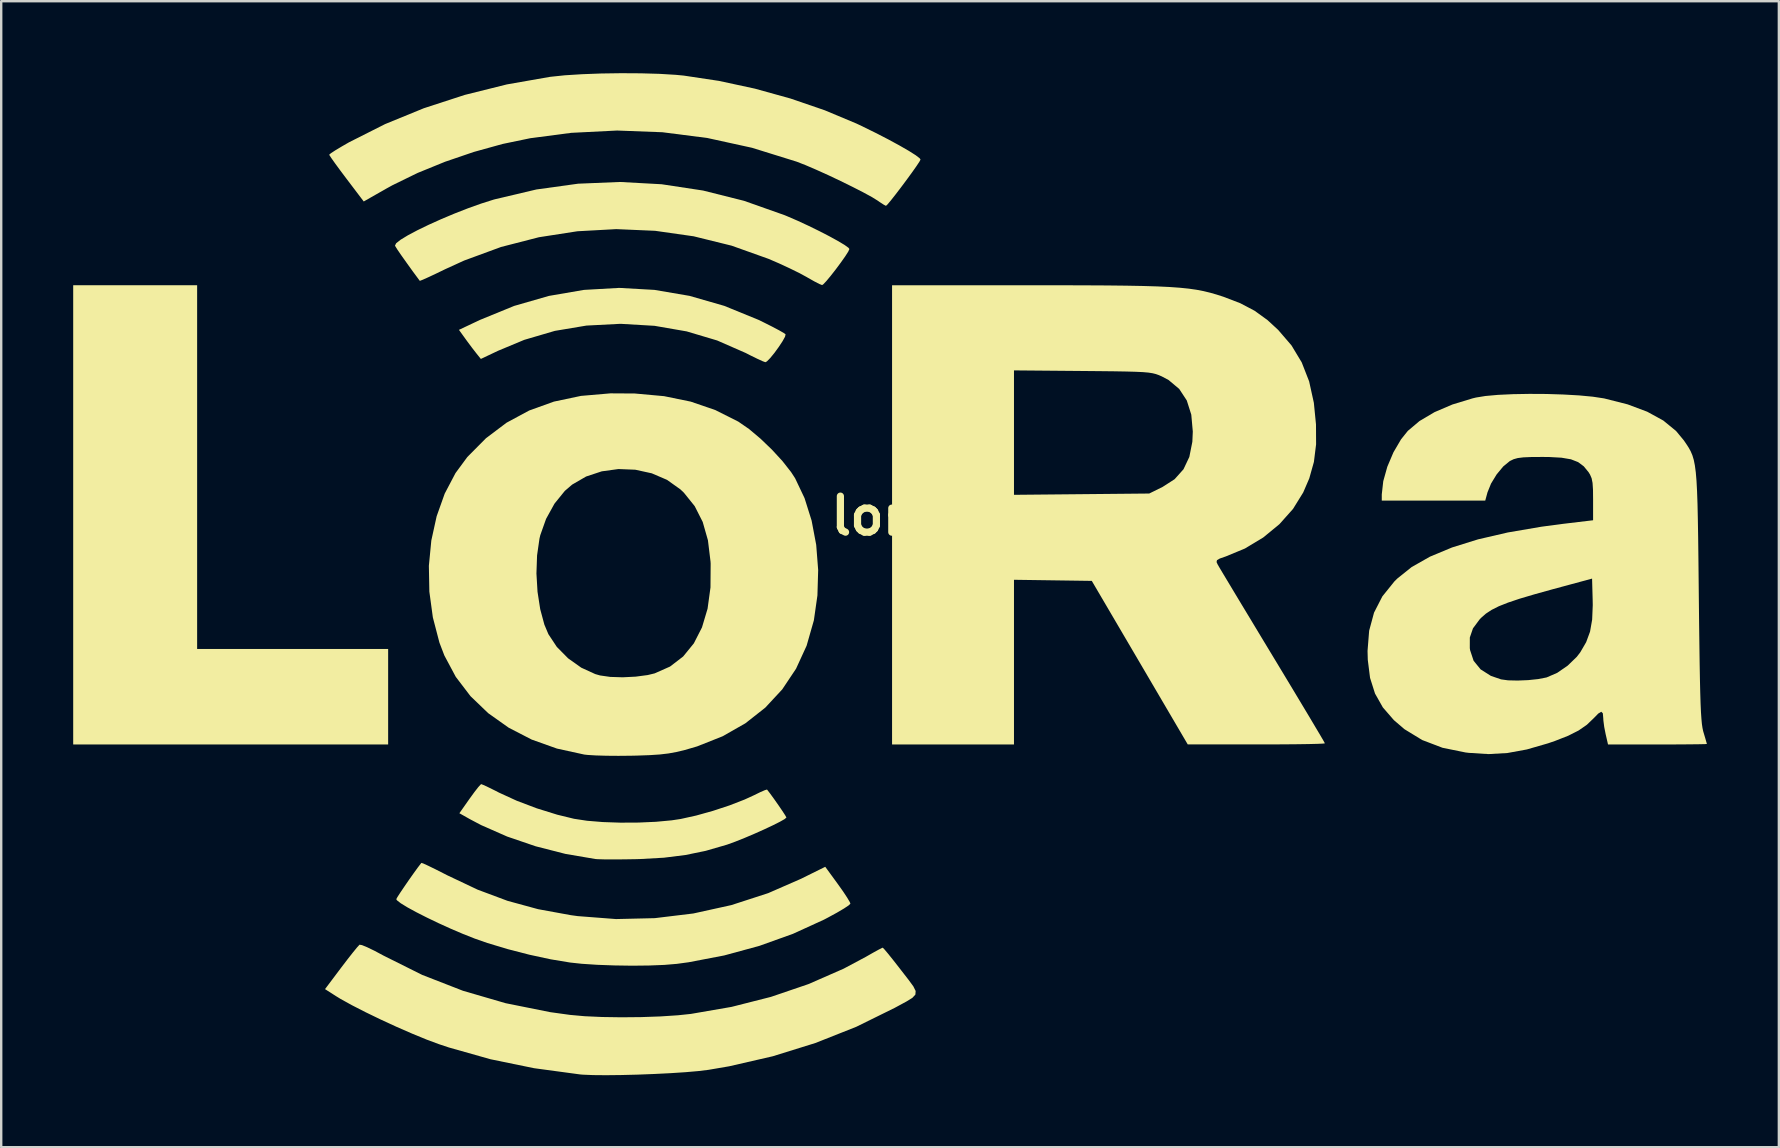
<source format=kicad_pcb>
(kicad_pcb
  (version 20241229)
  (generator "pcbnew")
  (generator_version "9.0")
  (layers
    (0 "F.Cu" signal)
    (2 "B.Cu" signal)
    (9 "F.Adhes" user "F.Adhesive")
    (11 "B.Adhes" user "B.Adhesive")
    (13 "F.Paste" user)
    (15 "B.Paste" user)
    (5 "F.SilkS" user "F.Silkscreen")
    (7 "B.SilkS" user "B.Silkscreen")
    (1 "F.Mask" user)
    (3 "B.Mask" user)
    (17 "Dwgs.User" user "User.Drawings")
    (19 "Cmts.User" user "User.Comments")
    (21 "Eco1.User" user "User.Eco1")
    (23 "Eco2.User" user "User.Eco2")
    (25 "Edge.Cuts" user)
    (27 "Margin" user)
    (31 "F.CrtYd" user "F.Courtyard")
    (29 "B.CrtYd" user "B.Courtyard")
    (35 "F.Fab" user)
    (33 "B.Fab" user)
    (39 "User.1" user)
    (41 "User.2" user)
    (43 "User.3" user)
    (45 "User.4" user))
  (footprint "lora"
    (layer "F.Cu")
    (at 33.824 18.445)
    (property "Reference" "lora" (at 0 0 0) (layer "F.SilkS") (effects (font (size 1.5 1.5) (thickness 0.3))))
    (attr board_only exclude_from_pos_files exclude_from_bom)
    (fp_poly (pts (xy -28.66 -2.032) (xy -28.66 5.546) (xy -24.68 5.546) (xy -20.701 5.546) (xy -20.701 7.535) (xy -20.701 9.525) (xy -27.263 9.525) (xy -33.824 9.525) (xy -33.824 -0.042) (xy -33.824 -9.61) (xy -31.242 -9.61) (xy -28.66 -9.61)) (stroke (width 0) (type solid)) (fill yes) (layer "F.SilkS"))
    (fp_poly (pts (xy -9.604 -9.416) (xy -8.143 -9.167) (xy -6.697 -8.751) (xy -5.272 -8.169) (xy -5.056 -8.064) (xy -4.706 -7.888) (xy -4.415 -7.734) (xy -4.216 -7.62) (xy -4.141 -7.565) (xy -4.164 -7.464) (xy -4.269 -7.275) (xy -4.426 -7.037) (xy -4.605 -6.791) (xy -4.779 -6.578) (xy -4.918 -6.437) (xy -4.982 -6.403) (xy -5.096 -6.444) (xy -5.321 -6.547) (xy -5.619 -6.693) (xy -5.8 -6.786) (xy -6.991 -7.308) (xy -8.263 -7.687) (xy -9.602 -7.919) (xy -10.994 -8.001) (xy -11.049 -8.001) (xy -12.437 -7.929) (xy -13.756 -7.708) (xy -15.03 -7.334) (xy -16.123 -6.878) (xy -16.838 -6.539) (xy -17.034 -6.783) (xy -17.204 -7.002) (xy -17.406 -7.273) (xy -17.49 -7.389) (xy -17.751 -7.751) (xy -16.877 -8.164) (xy -15.451 -8.748) (xy -14.003 -9.165) (xy -12.542 -9.416) (xy -11.073 -9.499)) (stroke (width 0) (type solid)) (fill yes) (layer "F.SilkS"))
    (fp_poly (pts (xy -19.233 14.486) (xy -19.03 14.579) (xy -18.733 14.724) (xy -18.37 14.908) (xy -18.237 14.976) (xy -16.972 15.575) (xy -15.728 16.04) (xy -14.453 16.388) (xy -13.092 16.637) (xy -12.801 16.677) (xy -11.206 16.8) (xy -9.592 16.762) (xy -7.983 16.567) (xy -6.401 16.218) (xy -4.866 15.72) (xy -3.496 15.121) (xy -2.488 14.622) (xy -1.964 15.34) (xy -1.746 15.647) (xy -1.573 15.909) (xy -1.465 16.092) (xy -1.439 16.158) (xy -1.511 16.229) (xy -1.707 16.36) (xy -2.002 16.534) (xy -2.369 16.734) (xy -2.54 16.824) (xy -3.833 17.415) (xy -5.233 17.917) (xy -6.698 18.316) (xy -8.182 18.6) (xy -8.676 18.667) (xy -9.191 18.71) (xy -9.826 18.735) (xy -10.536 18.743) (xy -11.273 18.732) (xy -11.989 18.706) (xy -12.639 18.663) (xy -13.12 18.611) (xy -13.928 18.477) (xy -14.818 18.285) (xy -15.721 18.052) (xy -16.571 17.796) (xy -17.097 17.612) (xy -17.582 17.42) (xy -18.092 17.202) (xy -18.603 16.97) (xy -19.09 16.736) (xy -19.531 16.512) (xy -19.901 16.31) (xy -20.177 16.141) (xy -20.334 16.018) (xy -20.362 15.971) (xy -20.317 15.887) (xy -20.197 15.701) (xy -20.027 15.449) (xy -19.833 15.167) (xy -19.638 14.891) (xy -19.468 14.656) (xy -19.347 14.498) (xy -19.314 14.459)) (stroke (width 0) (type solid)) (fill yes) (layer "F.SilkS"))
    (fp_poly (pts (xy -16.726 11.215) (xy -16.516 11.313) (xy -16.231 11.454) (xy -16.08 11.532) (xy -15.342 11.87) (xy -14.508 12.186) (xy -13.652 12.452) (xy -12.954 12.622) (xy -12.414 12.704) (xy -11.755 12.758) (xy -11.025 12.783) (xy -10.271 12.779) (xy -9.542 12.747) (xy -8.885 12.686) (xy -8.509 12.629) (xy -7.864 12.486) (xy -7.166 12.291) (xy -6.475 12.063) (xy -5.849 11.82) (xy -5.459 11.641) (xy -5.197 11.513) (xy -5.002 11.428) (xy -4.915 11.403) (xy -4.914 11.403) (xy -4.785 11.57) (xy -4.618 11.8) (xy -4.438 12.056) (xy -4.275 12.295) (xy -4.155 12.479) (xy -4.106 12.568) (xy -4.106 12.569) (xy -4.18 12.634) (xy -4.381 12.748) (xy -4.678 12.897) (xy -5.042 13.068) (xy -5.443 13.247) (xy -5.85 13.42) (xy -6.233 13.573) (xy -6.562 13.693) (xy -6.609 13.708) (xy -7.465 13.956) (xy -8.313 14.131) (xy -9.208 14.243) (xy -10.203 14.299) (xy -10.372 14.304) (xy -10.865 14.312) (xy -11.32 14.315) (xy -11.701 14.313) (xy -11.971 14.305) (xy -12.065 14.298) (xy -13.313 14.085) (xy -14.553 13.768) (xy -15.742 13.362) (xy -16.834 12.881) (xy -17.291 12.639) (xy -17.733 12.39) (xy -17.306 11.783) (xy -17.109 11.512) (xy -16.946 11.303) (xy -16.842 11.19) (xy -16.822 11.178)) (stroke (width 0) (type solid)) (fill yes) (layer "F.SilkS"))
    (fp_poly (pts (xy -9.306 -13.818) (xy -7.58 -13.556) (xy -5.871 -13.127) (xy -4.186 -12.531) (xy -4.084 -12.489) (xy -3.646 -12.3) (xy -3.188 -12.088) (xy -2.737 -11.867) (xy -2.318 -11.651) (xy -1.958 -11.453) (xy -1.682 -11.288) (xy -1.517 -11.168) (xy -1.482 -11.119) (xy -1.53 -11.011) (xy -1.657 -10.812) (xy -1.838 -10.556) (xy -2.045 -10.277) (xy -2.254 -10.01) (xy -2.437 -9.789) (xy -2.57 -9.649) (xy -2.619 -9.617) (xy -2.731 -9.661) (xy -2.945 -9.771) (xy -3.217 -9.925) (xy -3.26 -9.95) (xy -3.559 -10.113) (xy -3.962 -10.311) (xy -4.415 -10.521) (xy -4.85 -10.709) (xy -6.391 -11.259) (xy -7.971 -11.649) (xy -9.577 -11.878) (xy -11.196 -11.948) (xy -12.815 -11.859) (xy -14.419 -11.61) (xy -15.997 -11.204) (xy -17.534 -10.639) (xy -18.318 -10.281) (xy -18.699 -10.097) (xy -19.02 -9.946) (xy -19.255 -9.841) (xy -19.374 -9.795) (xy -19.384 -9.795) (xy -19.671 -10.183) (xy -19.935 -10.55) (xy -20.16 -10.867) (xy -20.324 -11.107) (xy -20.409 -11.245) (xy -20.416 -11.259) (xy -20.368 -11.359) (xy -20.182 -11.506) (xy -19.879 -11.69) (xy -19.482 -11.901) (xy -19.012 -12.129) (xy -18.49 -12.364) (xy -17.938 -12.596) (xy -17.378 -12.815) (xy -16.83 -13.011) (xy -16.317 -13.174) (xy -16.256 -13.191) (xy -14.524 -13.6) (xy -12.784 -13.841) (xy -11.043 -13.913)) (stroke (width 0) (type solid)) (fill yes) (layer "F.SilkS"))
    (fp_poly (pts (xy -10.165 -18.44) (xy -9.392 -18.418) (xy -8.714 -18.377) (xy -8.382 -18.345) (xy -6.92 -18.125) (xy -5.422 -17.802) (xy -3.937 -17.39) (xy -2.511 -16.901) (xy -1.192 -16.349) (xy -0.974 -16.246) (xy -0.396 -15.962) (xy 0.138 -15.687) (xy 0.609 -15.431) (xy 0.997 -15.207) (xy 1.283 -15.026) (xy 1.449 -14.897) (xy 1.482 -14.846) (xy 1.434 -14.755) (xy 1.306 -14.563) (xy 1.12 -14.3) (xy 0.898 -13.996) (xy 0.663 -13.681) (xy 0.437 -13.386) (xy 0.244 -13.141) (xy 0.104 -12.975) (xy 0.042 -12.918) (xy -0.047 -12.964) (xy -0.22 -13.076) (xy -0.296 -13.13) (xy -0.536 -13.279) (xy -0.897 -13.476) (xy -1.346 -13.706) (xy -1.846 -13.952) (xy -2.363 -14.197) (xy -2.864 -14.423) (xy -3.313 -14.616) (xy -3.675 -14.757) (xy -3.683 -14.76) (xy -5.539 -15.337) (xy -7.401 -15.745) (xy -9.273 -15.985) (xy -11.161 -16.056) (xy -13.069 -15.96) (xy -14.774 -15.737) (xy -15.929 -15.497) (xy -17.131 -15.164) (xy -18.33 -14.755) (xy -19.475 -14.288) (xy -20.516 -13.78) (xy -20.797 -13.625) (xy -21.718 -13.1) (xy -22.437 -14.048) (xy -22.696 -14.393) (xy -22.914 -14.69) (xy -23.071 -14.912) (xy -23.151 -15.035) (xy -23.156 -15.05) (xy -23.087 -15.11) (xy -22.899 -15.233) (xy -22.622 -15.399) (xy -22.331 -15.566) (xy -20.829 -16.324) (xy -19.212 -16.986) (xy -17.51 -17.54) (xy -15.753 -17.978) (xy -13.972 -18.29) (xy -13.928 -18.296) (xy -13.336 -18.358) (xy -12.62 -18.403) (xy -11.824 -18.433) (xy -10.991 -18.445)) (stroke (width 0) (type solid)) (fill yes) (layer "F.SilkS"))
    (fp_poly (pts (xy -21.789 17.886) (xy -21.571 17.976) (xy -21.269 18.122) (xy -20.915 18.311) (xy -20.893 18.323) (xy -19.283 19.126) (xy -17.584 19.788) (xy -15.804 20.306) (xy -13.953 20.678) (xy -13.123 20.793) (xy -12.514 20.848) (xy -11.784 20.881) (xy -10.983 20.893) (xy -10.157 20.885) (xy -9.356 20.857) (xy -8.627 20.809) (xy -8.086 20.752) (xy -6.391 20.459) (xy -4.75 20.042) (xy -3.186 19.509) (xy -1.723 18.868) (xy -0.804 18.378) (xy -0.506 18.208) (xy -0.266 18.076) (xy -0.12 18.002) (xy -0.093 17.992) (xy -0.029 18.055) (xy 0.118 18.229) (xy 0.328 18.49) (xy 0.582 18.814) (xy 0.68 18.941) (xy 0.979 19.326) (xy 1.181 19.601) (xy 1.279 19.797) (xy 1.268 19.947) (xy 1.142 20.083) (xy 0.895 20.235) (xy 0.522 20.437) (xy 0.402 20.502) (xy -1.197 21.29) (xy -2.9 21.965) (xy -4.675 22.517) (xy -6.493 22.935) (xy -7.352 23.082) (xy -7.769 23.133) (xy -8.307 23.18) (xy -8.933 23.221) (xy -9.612 23.255) (xy -10.309 23.282) (xy -10.989 23.299) (xy -11.617 23.306) (xy -12.16 23.301) (xy -12.581 23.284) (xy -12.7 23.274) (xy -14.621 23.014) (xy -16.436 22.641) (xy -18.172 22.15) (xy -18.584 22.013) (xy -19.1 21.821) (xy -19.701 21.574) (xy -20.351 21.29) (xy -21.011 20.986) (xy -21.645 20.679) (xy -22.215 20.387) (xy -22.685 20.127) (xy -22.884 20.005) (xy -23.331 19.719) (xy -22.655 18.82) (xy -22.397 18.482) (xy -22.171 18.194) (xy -21.998 17.983) (xy -21.9 17.875) (xy -21.892 17.868)) (stroke (width 0) (type solid)) (fill yes) (layer "F.SilkS"))
    (fp_poly (pts (xy 7.217 -9.609) (xy 8.3 -9.606) (xy 9.24 -9.601) (xy 10.052 -9.592) (xy 10.748 -9.579) (xy 11.344 -9.561) (xy 11.851 -9.537) (xy 12.285 -9.506) (xy 12.657 -9.468) (xy 12.983 -9.421) (xy 13.275 -9.365) (xy 13.547 -9.299) (xy 13.813 -9.223) (xy 14.087 -9.135) (xy 14.097 -9.132) (xy 14.807 -8.86) (xy 15.403 -8.546) (xy 15.939 -8.158) (xy 16.384 -7.748) (xy 16.938 -7.104) (xy 17.365 -6.396) (xy 17.674 -5.605) (xy 17.871 -4.711) (xy 17.96 -3.81) (xy 17.964 -2.981) (xy 17.873 -2.248) (xy 17.68 -1.561) (xy 17.428 -0.976) (xy 17.002 -0.288) (xy 16.437 0.345) (xy 15.76 0.902) (xy 14.999 1.36) (xy 14.203 1.69) (xy 13.952 1.777) (xy 13.834 1.846) (xy 13.817 1.925) (xy 13.858 2.017) (xy 13.92 2.125) (xy 14.061 2.362) (xy 14.273 2.715) (xy 14.545 3.168) (xy 14.87 3.708) (xy 15.239 4.319) (xy 15.642 4.988) (xy 16.071 5.698) (xy 16.143 5.817) (xy 16.572 6.527) (xy 16.973 7.192) (xy 17.338 7.8) (xy 17.659 8.335) (xy 17.926 8.784) (xy 18.133 9.132) (xy 18.27 9.367) (xy 18.329 9.474) (xy 18.33 9.478) (xy 18.249 9.489) (xy 18.018 9.499) (xy 17.656 9.508) (xy 17.184 9.515) (xy 16.62 9.52) (xy 15.985 9.523) (xy 15.473 9.523) (xy 12.615 9.521) (xy 10.617 6.115) (xy 8.618 2.709) (xy 6.997 2.686) (xy 5.376 2.663) (xy 5.376 6.094) (xy 5.376 9.525) (xy 2.836 9.525) (xy 0.296 9.525) (xy 0.296 -0.042) (xy 0.296 -3.469) (xy 5.376 -3.469) (xy 5.376 -0.877) (xy 8.194 -0.904) (xy 11.011 -0.931) (xy 11.568 -1.206) (xy 12.069 -1.528) (xy 12.439 -1.942) (xy 12.683 -2.458) (xy 12.808 -3.086) (xy 12.827 -3.512) (xy 12.764 -4.217) (xy 12.576 -4.809) (xy 12.26 -5.29) (xy 11.818 -5.66) (xy 11.535 -5.811) (xy 11.411 -5.865) (xy 11.289 -5.909) (xy 11.152 -5.943) (xy 10.978 -5.97) (xy 10.749 -5.99) (xy 10.445 -6.004) (xy 10.047 -6.015) (xy 9.534 -6.024) (xy 8.888 -6.031) (xy 8.234 -6.037) (xy 5.376 -6.062) (xy 5.376 -3.469) (xy 0.296 -3.469) (xy 0.296 -9.61) (xy 5.979 -9.61)) (stroke (width 0) (type solid)) (fill yes) (layer "F.SilkS"))
    (fp_poly (pts (xy -10.426 -5.099) (xy -9.204 -4.988) (xy -8.091 -4.76) (xy -7.069 -4.409) (xy -6.118 -3.931) (xy -6.101 -3.921) (xy -5.664 -3.619) (xy -5.187 -3.218) (xy -4.708 -2.758) (xy -4.269 -2.28) (xy -3.91 -1.823) (xy -3.743 -1.566) (xy -3.35 -0.738) (xy -3.056 0.197) (xy -2.865 1.207) (xy -2.783 2.256) (xy -2.814 3.313) (xy -2.961 4.345) (xy -2.965 4.363) (xy -3.265 5.411) (xy -3.705 6.369) (xy -4.281 7.231) (xy -4.987 7.991) (xy -5.817 8.644) (xy -6.765 9.184) (xy -7.825 9.605) (xy -8.339 9.755) (xy -8.689 9.839) (xy -9.023 9.9) (xy -9.381 9.942) (xy -9.808 9.97) (xy -10.346 9.989) (xy -10.583 9.994) (xy -11.105 9.999) (xy -11.608 9.995) (xy -12.051 9.982) (xy -12.392 9.961) (xy -12.531 9.945) (xy -13.668 9.696) (xy -14.72 9.321) (xy -15.679 8.826) (xy -16.532 8.221) (xy -17.27 7.512) (xy -17.883 6.708) (xy -18.359 5.817) (xy -18.564 5.282) (xy -18.838 4.231) (xy -18.984 3.156) (xy -18.998 2.401) (xy -14.522 2.401) (xy -14.477 3.162) (xy -14.365 3.887) (xy -14.192 4.53) (xy -14.024 4.929) (xy -13.672 5.461) (xy -13.2 5.938) (xy -12.653 6.326) (xy -12.072 6.592) (xy -11.872 6.649) (xy -11.447 6.71) (xy -10.929 6.726) (xy -10.386 6.699) (xy -9.887 6.633) (xy -9.597 6.563) (xy -8.954 6.278) (xy -8.409 5.859) (xy -7.964 5.313) (xy -7.624 4.647) (xy -7.391 3.867) (xy -7.27 2.981) (xy -7.263 1.994) (xy -7.268 1.905) (xy -7.376 1.018) (xy -7.594 0.253) (xy -7.927 -0.404) (xy -8.378 -0.965) (xy -8.524 -1.104) (xy -9.08 -1.5) (xy -9.716 -1.773) (xy -10.401 -1.923) (xy -11.105 -1.951) (xy -11.799 -1.856) (xy -12.452 -1.64) (xy -13.034 -1.303) (xy -13.339 -1.041) (xy -13.77 -0.509) (xy -14.121 0.126) (xy -14.362 0.805) (xy -14.396 0.951) (xy -14.496 1.649) (xy -14.522 2.401) (xy -18.998 2.401) (xy -19.004 2.08) (xy -18.902 1.026) (xy -18.68 0.016) (xy -18.344 -0.928) (xy -17.895 -1.782) (xy -17.402 -2.452) (xy -16.623 -3.237) (xy -15.767 -3.882) (xy -14.825 -4.39) (xy -13.794 -4.761) (xy -12.667 -4.999) (xy -11.438 -5.105)) (stroke (width 0) (type solid)) (fill yes) (layer "F.SilkS"))
    (fp_poly (pts (xy 27.563 -5.079) (xy 28.263 -5.057) (xy 28.918 -5.02) (xy 29.492 -4.966) (xy 29.949 -4.897) (xy 29.975 -4.892) (xy 30.945 -4.646) (xy 31.761 -4.34) (xy 32.432 -3.972) (xy 32.962 -3.538) (xy 33.287 -3.146) (xy 33.398 -2.983) (xy 33.494 -2.834) (xy 33.575 -2.685) (xy 33.644 -2.522) (xy 33.701 -2.332) (xy 33.747 -2.101) (xy 33.785 -1.815) (xy 33.815 -1.461) (xy 33.838 -1.025) (xy 33.857 -0.494) (xy 33.871 0.147) (xy 33.884 0.91) (xy 33.895 1.809) (xy 33.906 2.859) (xy 33.911 3.344) (xy 33.923 4.437) (xy 33.935 5.374) (xy 33.946 6.168) (xy 33.958 6.832) (xy 33.971 7.38) (xy 33.985 7.825) (xy 34.001 8.181) (xy 34.02 8.459) (xy 34.04 8.674) (xy 34.065 8.84) (xy 34.092 8.968) (xy 34.106 9.017) (xy 34.182 9.272) (xy 34.233 9.45) (xy 34.247 9.504) (xy 34.166 9.51) (xy 33.939 9.515) (xy 33.589 9.519) (xy 33.138 9.523) (xy 32.61 9.525) (xy 32.188 9.525) (xy 30.128 9.525) (xy 30.029 9.095) (xy 29.97 8.796) (xy 29.935 8.527) (xy 29.93 8.432) (xy 29.912 8.227) (xy 29.849 8.162) (xy 29.723 8.236) (xy 29.536 8.427) (xy 29.247 8.704) (xy 28.902 8.943) (xy 28.469 9.162) (xy 27.916 9.379) (xy 27.627 9.478) (xy 26.745 9.733) (xy 25.936 9.881) (xy 25.149 9.926) (xy 24.331 9.875) (xy 24.189 9.858) (xy 23.232 9.663) (xy 22.385 9.34) (xy 21.645 8.888) (xy 21.203 8.509) (xy 20.745 7.98) (xy 20.419 7.403) (xy 20.213 6.752) (xy 20.118 6) (xy 20.108 5.628) (xy 20.117 5.512) (xy 24.369 5.512) (xy 24.381 5.595) (xy 24.527 6.037) (xy 24.819 6.396) (xy 25.249 6.668) (xy 25.672 6.813) (xy 25.965 6.853) (xy 26.362 6.862) (xy 26.801 6.844) (xy 27.221 6.8) (xy 27.56 6.734) (xy 27.574 6.73) (xy 28.009 6.542) (xy 28.446 6.241) (xy 28.827 5.873) (xy 28.972 5.684) (xy 29.217 5.263) (xy 29.379 4.824) (xy 29.467 4.323) (xy 29.492 3.717) (xy 29.488 3.498) (xy 29.464 2.614) (xy 27.813 3.06) (xy 27.058 3.27) (xy 26.447 3.451) (xy 25.961 3.614) (xy 25.578 3.766) (xy 25.278 3.917) (xy 25.039 4.074) (xy 24.842 4.247) (xy 24.778 4.314) (xy 24.501 4.687) (xy 24.37 5.068) (xy 24.369 5.512) (xy 20.117 5.512) (xy 20.175 4.785) (xy 20.378 4.033) (xy 20.725 3.355) (xy 21.224 2.735) (xy 21.345 2.614) (xy 21.947 2.132) (xy 22.708 1.7) (xy 23.63 1.316) (xy 24.711 0.979) (xy 25.954 0.691) (xy 27.359 0.451) (xy 28.257 0.332) (xy 29.506 0.183) (xy 29.506 -0.679) (xy 29.502 -1.088) (xy 29.484 -1.369) (xy 29.445 -1.566) (xy 29.378 -1.722) (xy 29.316 -1.822) (xy 29.117 -2.065) (xy 28.882 -2.24) (xy 28.583 -2.357) (xy 28.188 -2.424) (xy 27.669 -2.453) (xy 27.39 -2.455) (xy 26.928 -2.452) (xy 26.6 -2.438) (xy 26.367 -2.409) (xy 26.195 -2.361) (xy 26.045 -2.288) (xy 26.035 -2.283) (xy 25.761 -2.058) (xy 25.487 -1.727) (xy 25.254 -1.346) (xy 25.103 -0.973) (xy 25.102 -0.966) (xy 25.012 -0.635) (xy 22.857 -0.635) (xy 20.701 -0.635) (xy 20.701 -0.893) (xy 20.763 -1.445) (xy 20.932 -2.048) (xy 21.187 -2.648) (xy 21.504 -3.189) (xy 21.786 -3.541) (xy 22.272 -3.951) (xy 22.899 -4.322) (xy 23.645 -4.641) (xy 24.483 -4.896) (xy 24.628 -4.931) (xy 25.021 -4.995) (xy 25.546 -5.042) (xy 26.169 -5.071) (xy 26.853 -5.083)) (stroke (width 0) (type solid)) (fill yes) (layer "F.SilkS")))
  (gr_rect
    (start -3 -3)
    (end 71.071 44.751)
    (stroke (width 0.1) (type default))
    (fill no)
    (layer "Edge.Cuts")))
</source>
